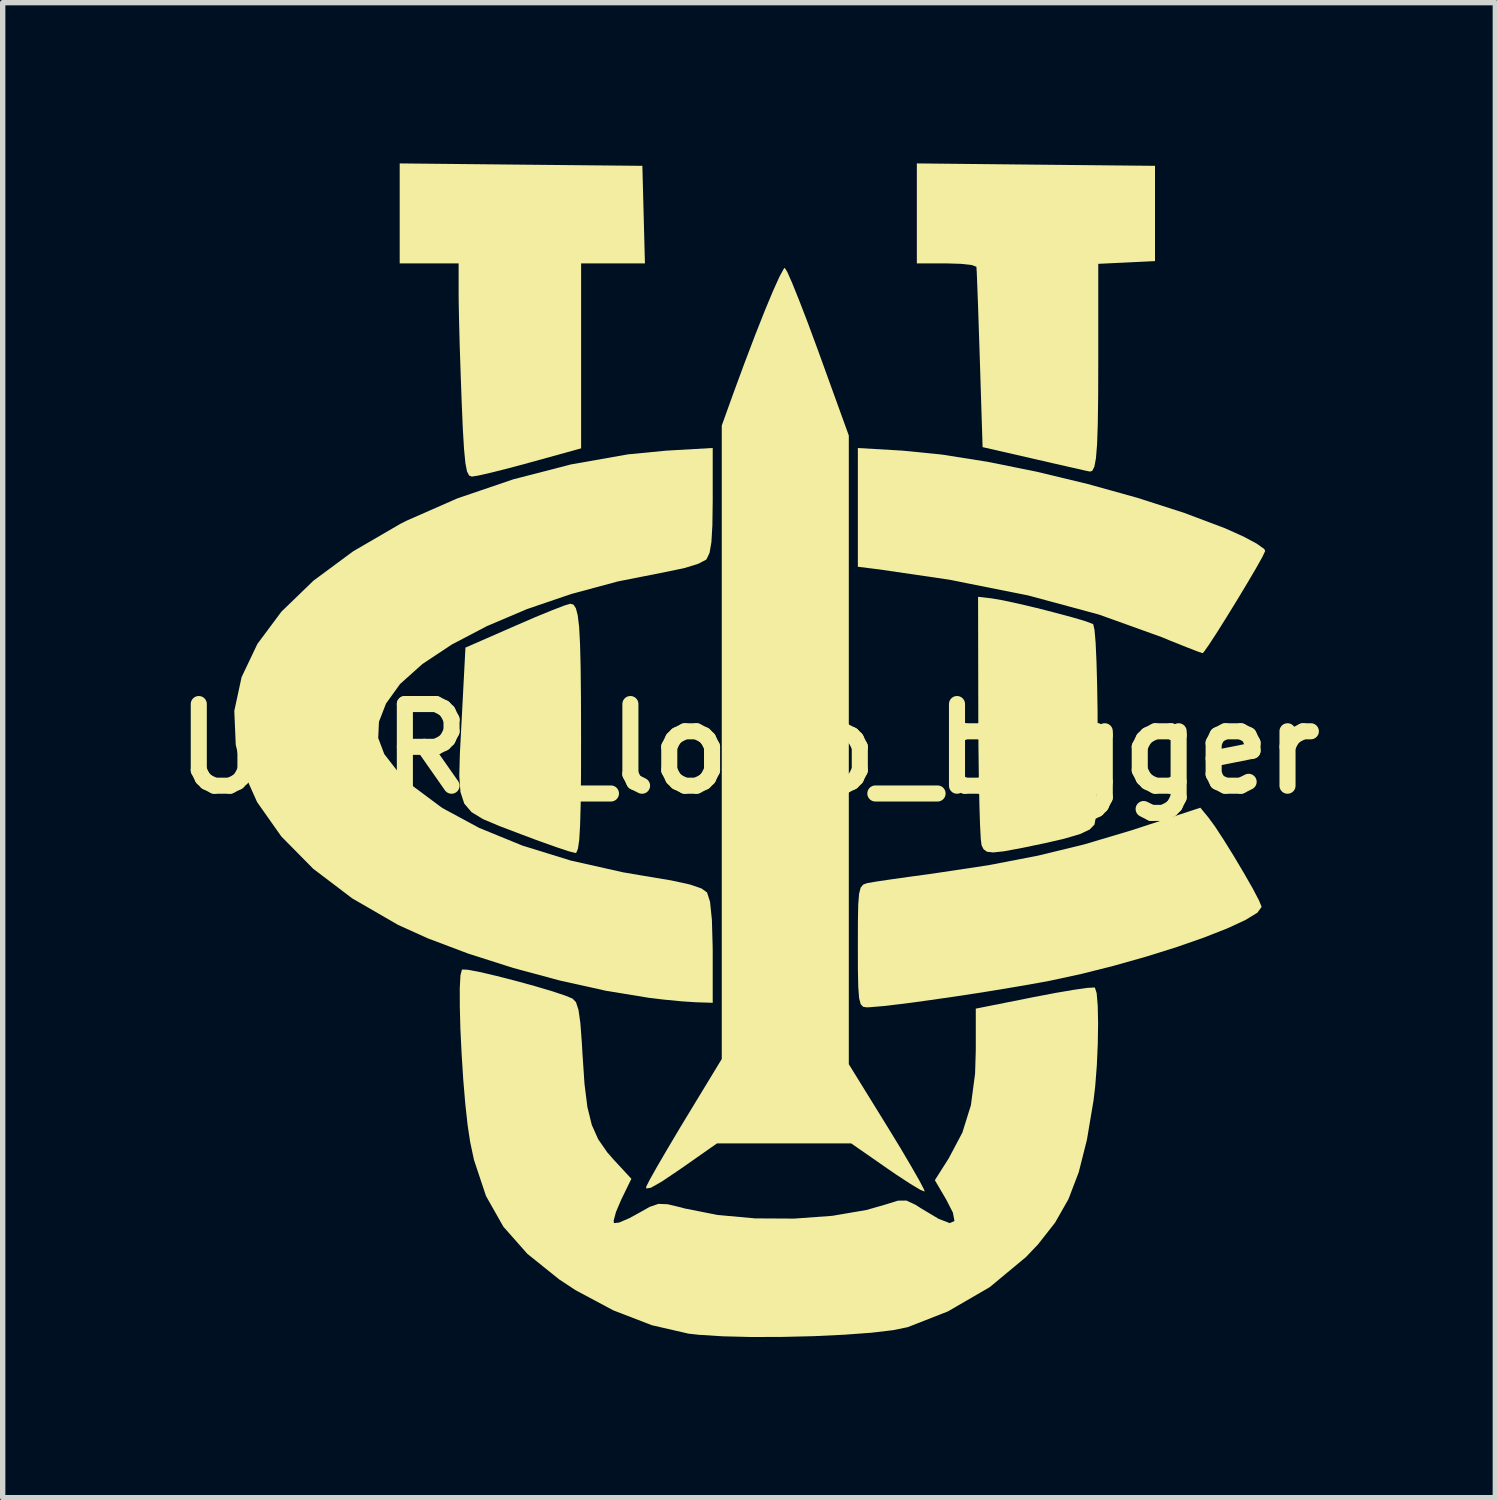
<source format=kicad_pcb>
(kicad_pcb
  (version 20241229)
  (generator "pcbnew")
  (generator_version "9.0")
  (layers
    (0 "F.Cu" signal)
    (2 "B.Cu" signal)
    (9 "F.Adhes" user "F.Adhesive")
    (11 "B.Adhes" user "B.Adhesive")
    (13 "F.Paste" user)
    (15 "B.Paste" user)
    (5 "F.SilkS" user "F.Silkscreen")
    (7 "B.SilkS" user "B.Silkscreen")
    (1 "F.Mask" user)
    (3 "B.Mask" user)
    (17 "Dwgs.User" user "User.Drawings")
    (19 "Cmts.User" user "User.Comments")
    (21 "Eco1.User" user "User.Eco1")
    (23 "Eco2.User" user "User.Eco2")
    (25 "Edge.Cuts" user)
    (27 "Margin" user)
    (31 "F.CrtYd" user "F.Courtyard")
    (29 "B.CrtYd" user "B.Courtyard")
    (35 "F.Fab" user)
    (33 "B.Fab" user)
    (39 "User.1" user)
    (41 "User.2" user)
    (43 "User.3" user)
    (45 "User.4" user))
  (footprint "UCIRP_logo_bigger"
    (layer "F.Cu")
    (at 10.929 10.925)
    (property "Reference" "UCIRP_logo_bigger" (at 0 0 0) (layer "F.SilkS") (effects (font (size 1.524 1.524) (thickness 0.3))))
    (attr board_only exclude_from_pos_files exclude_from_bom)
    (fp_poly (pts (xy -4.255 -10.902) (xy -1.99 -10.88) (xy -1.966 -9.97) (xy -1.942 -9.059) (xy -3.133 -9.059) (xy -3.133 -5.607) (xy -4.085 -5.344) (xy -4.474 -5.239) (xy -4.811 -5.154) (xy -5.058 -5.098) (xy -5.173 -5.08) (xy -5.224 -5.1) (xy -5.263 -5.177) (xy -5.293 -5.333) (xy -5.318 -5.59) (xy -5.341 -5.971) (xy -5.363 -6.491) (xy -5.382 -7.015) (xy -5.399 -7.53) (xy -5.411 -7.989) (xy -5.418 -8.348) (xy -5.419 -8.48) (xy -5.419 -9.059) (xy -6.519 -9.059) (xy -6.519 -10.925)) (stroke (width 0) (type solid)) (fill yes) (layer "F.SilkS"))
    (fp_poly (pts (xy 5.355 -10.902) (xy 7.578 -10.88) (xy 7.578 -9.102) (xy 7.048 -9.076) (xy 6.519 -9.051) (xy 6.519 -7.242) (xy 6.517 -6.576) (xy 6.51 -6.063) (xy 6.497 -5.685) (xy 6.476 -5.424) (xy 6.446 -5.263) (xy 6.406 -5.186) (xy 6.362 -5.174) (xy 6.263 -5.195) (xy 6.033 -5.247) (xy 5.707 -5.321) (xy 5.334 -5.407) (xy 4.36 -5.63) (xy 4.308 -7.281) (xy 4.291 -7.794) (xy 4.276 -8.249) (xy 4.262 -8.618) (xy 4.252 -8.875) (xy 4.245 -8.993) (xy 4.245 -8.996) (xy 4.161 -9.028) (xy 3.954 -9.051) (xy 3.683 -9.059) (xy 3.133 -9.059) (xy 3.133 -10.925)) (stroke (width 0) (type solid)) (fill yes) (layer "F.SilkS"))
    (fp_poly (pts (xy 2.857 -5.565) (xy 3.6 -5.491) (xy 4.453 -5.356) (xy 5.374 -5.17) (xy 6.32 -4.942) (xy 7.248 -4.684) (xy 8.116 -4.405) (xy 8.881 -4.117) (xy 8.915 -4.102) (xy 9.233 -3.959) (xy 9.477 -3.828) (xy 9.616 -3.729) (xy 9.635 -3.693) (xy 9.582 -3.581) (xy 9.463 -3.368) (xy 9.297 -3.086) (xy 9.106 -2.769) (xy 8.909 -2.449) (xy 8.727 -2.159) (xy 8.579 -1.933) (xy 8.487 -1.803) (xy 8.467 -1.785) (xy 8.375 -1.815) (xy 8.164 -1.897) (xy 7.871 -2.014) (xy 7.705 -2.083) (xy 6.534 -2.504) (xy 5.21 -2.862) (xy 3.736 -3.156) (xy 2.434 -3.347) (xy 2.032 -3.397) (xy 2.032 -5.613)) (stroke (width 0) (type solid)) (fill yes) (layer "F.SilkS"))
    (fp_poly (pts (xy -3.276 -2.69) (xy -3.231 -2.623) (xy -3.196 -2.489) (xy -3.17 -2.272) (xy -3.153 -1.955) (xy -3.142 -1.52) (xy -3.136 -0.95) (xy -3.134 -0.23) (xy -3.134 -0.191) (xy -3.135 0.497) (xy -3.141 1.031) (xy -3.152 1.427) (xy -3.168 1.7) (xy -3.192 1.865) (xy -3.222 1.938) (xy -3.239 1.945) (xy -3.357 1.915) (xy -3.596 1.836) (xy -3.92 1.721) (xy -4.233 1.604) (xy -4.654 1.444) (xy -4.964 1.313) (xy -5.179 1.182) (xy -5.314 1.023) (xy -5.385 0.807) (xy -5.407 0.507) (xy -5.396 0.095) (xy -5.367 -0.458) (xy -5.366 -0.47) (xy -5.292 -1.888) (xy -4.36 -2.296) (xy -3.99 -2.456) (xy -3.673 -2.586) (xy -3.442 -2.675) (xy -3.333 -2.707)) (stroke (width 0) (type solid)) (fill yes) (layer "F.SilkS"))
    (fp_poly (pts (xy 4.53 -2.807) (xy 4.731 -2.772) (xy 5.024 -2.709) (xy 5.368 -2.628) (xy 5.72 -2.538) (xy 6.04 -2.452) (xy 6.286 -2.379) (xy 6.416 -2.33) (xy 6.425 -2.324) (xy 6.449 -2.218) (xy 6.47 -1.974) (xy 6.486 -1.621) (xy 6.498 -1.191) (xy 6.506 -0.714) (xy 6.508 -0.221) (xy 6.506 0.258) (xy 6.499 0.692) (xy 6.487 1.05) (xy 6.469 1.303) (xy 6.448 1.415) (xy 6.359 1.507) (xy 6.181 1.591) (xy 5.887 1.678) (xy 5.504 1.766) (xy 5.061 1.858) (xy 4.755 1.914) (xy 4.558 1.935) (xy 4.442 1.922) (xy 4.378 1.875) (xy 4.341 1.801) (xy 4.326 1.679) (xy 4.312 1.413) (xy 4.3 1.025) (xy 4.29 0.539) (xy 4.283 -0.02) (xy 4.28 -0.591) (xy 4.276 -2.836)) (stroke (width 0) (type solid)) (fill yes) (layer "F.SilkS"))
    (fp_poly (pts (xy 0.715 -8.899) (xy 0.808 -8.688) (xy 0.938 -8.365) (xy 1.096 -7.955) (xy 1.271 -7.482) (xy 1.297 -7.411) (xy 1.863 -5.847) (xy 1.863 5.887) (xy 2.587 7.059) (xy 2.828 7.454) (xy 3.03 7.797) (xy 3.181 8.061) (xy 3.266 8.224) (xy 3.279 8.264) (xy 3.2 8.233) (xy 3.016 8.123) (xy 2.756 7.953) (xy 2.578 7.831) (xy 1.909 7.366) (xy -0.598 7.366) (xy -1.289 7.85) (xy -1.623 8.075) (xy -1.831 8.193) (xy -1.919 8.207) (xy -1.917 8.171) (xy -1.852 8.043) (xy -1.716 7.801) (xy -1.526 7.475) (xy -1.299 7.093) (xy -1.181 6.898) (xy -0.508 5.79) (xy -0.508 -6.033) (xy -0.291 -6.636) (xy -0.084 -7.197) (xy 0.114 -7.718) (xy 0.295 -8.176) (xy 0.451 -8.55) (xy 0.573 -8.819) (xy 0.65 -8.959) (xy 0.668 -8.975)) (stroke (width 0) (type solid)) (fill yes) (layer "F.SilkS"))
    (fp_poly (pts (xy 8.572 1.279) (xy 8.696 1.448) (xy 8.862 1.702) (xy 9.05 2.005) (xy 9.236 2.318) (xy 9.4 2.604) (xy 9.517 2.827) (xy 9.567 2.948) (xy 9.567 2.952) (xy 9.489 3.059) (xy 9.267 3.195) (xy 8.926 3.353) (xy 8.487 3.525) (xy 7.974 3.704) (xy 7.408 3.881) (xy 6.813 4.049) (xy 6.21 4.201) (xy 5.623 4.328) (xy 5.476 4.356) (xy 4.981 4.443) (xy 4.442 4.532) (xy 3.893 4.617) (xy 3.365 4.693) (xy 2.894 4.757) (xy 2.512 4.802) (xy 2.252 4.824) (xy 2.197 4.826) (xy 2.131 4.816) (xy 2.085 4.768) (xy 2.056 4.657) (xy 2.04 4.455) (xy 2.033 4.135) (xy 2.032 3.685) (xy 2.033 3.226) (xy 2.039 2.909) (xy 2.055 2.706) (xy 2.085 2.59) (xy 2.133 2.534) (xy 2.204 2.508) (xy 2.223 2.505) (xy 2.379 2.478) (xy 2.663 2.436) (xy 3.032 2.384) (xy 3.429 2.33) (xy 4.465 2.174) (xy 5.389 1.996) (xy 6.26 1.784) (xy 7.136 1.523) (xy 7.281 1.476) (xy 8.424 1.1)) (stroke (width 0) (type solid)) (fill yes) (layer "F.SilkS"))
    (fp_poly (pts (xy -0.677 -4.633) (xy -0.683 -4.175) (xy -0.701 -3.858) (xy -0.736 -3.656) (xy -0.79 -3.542) (xy -0.802 -3.528) (xy -0.945 -3.453) (xy -1.201 -3.374) (xy -1.519 -3.307) (xy -1.543 -3.302) (xy -2.448 -3.123) (xy -3.32 -2.888) (xy -4.141 -2.608) (xy -4.89 -2.29) (xy -5.548 -1.945) (xy -6.095 -1.582) (xy -6.512 -1.209) (xy -6.775 -0.843) (xy -6.906 -0.504) (xy -6.92 -0.2) (xy -6.807 0.099) (xy -6.558 0.42) (xy -6.27 0.699) (xy -5.725 1.105) (xy -5.036 1.477) (xy -4.227 1.808) (xy -3.324 2.087) (xy -2.35 2.306) (xy -1.949 2.374) (xy -1.452 2.457) (xy -1.104 2.533) (xy -0.887 2.607) (xy -0.783 2.681) (xy -0.727 2.856) (xy -0.692 3.196) (xy -0.678 3.697) (xy -0.677 3.784) (xy -0.677 4.741) (xy -0.995 4.731) (xy -1.253 4.714) (xy -1.594 4.681) (xy -1.863 4.649) (xy -2.663 4.518) (xy -3.524 4.327) (xy -4.398 4.092) (xy -5.237 3.824) (xy -5.995 3.538) (xy -6.55 3.287) (xy -7.404 2.793) (xy -8.133 2.24) (xy -8.728 1.637) (xy -9.18 0.996) (xy -9.479 0.328) (xy -9.579 -0.073) (xy -9.606 -0.707) (xy -9.47 -1.337) (xy -9.175 -1.957) (xy -8.726 -2.56) (xy -8.128 -3.138) (xy -7.387 -3.686) (xy -6.508 -4.197) (xy -6.386 -4.259) (xy -5.441 -4.674) (xy -4.399 -5.029) (xy -3.318 -5.308) (xy -2.258 -5.495) (xy -1.545 -5.564) (xy -0.677 -5.614)) (stroke (width 0) (type solid)) (fill yes) (layer "F.SilkS"))
    (fp_poly (pts (xy -5.251 4.124) (xy -5.023 4.167) (xy -4.712 4.24) (xy -4.356 4.331) (xy -3.995 4.43) (xy -3.668 4.527) (xy -3.415 4.612) (xy -3.293 4.663) (xy -3.229 4.73) (xy -3.182 4.873) (xy -3.147 5.119) (xy -3.119 5.496) (xy -3.108 5.69) (xy -3.07 6.256) (xy -3.016 6.687) (xy -2.934 7.02) (xy -2.814 7.289) (xy -2.647 7.53) (xy -2.531 7.663) (xy -2.195 8.026) (xy -2.384 8.414) (xy -2.482 8.644) (xy -2.526 8.808) (xy -2.52 8.853) (xy -2.425 8.843) (xy -2.235 8.762) (xy -2.077 8.676) (xy -1.853 8.55) (xy -1.69 8.494) (xy -1.518 8.501) (xy -1.266 8.561) (xy -1.203 8.579) (xy -0.587 8.701) (xy 0.113 8.765) (xy 0.845 8.769) (xy 1.556 8.717) (xy 2.193 8.608) (xy 2.546 8.507) (xy 2.78 8.434) (xy 2.938 8.432) (xy 3.104 8.509) (xy 3.211 8.577) (xy 3.539 8.773) (xy 3.747 8.853) (xy 3.835 8.814) (xy 3.806 8.657) (xy 3.682 8.415) (xy 3.469 8.052) (xy 3.727 7.646) (xy 3.982 7.165) (xy 4.142 6.653) (xy 4.22 6.062) (xy 4.233 5.627) (xy 4.233 4.85) (xy 5.313 4.635) (xy 5.721 4.557) (xy 6.069 4.498) (xy 6.323 4.462) (xy 6.449 4.456) (xy 6.456 4.458) (xy 6.489 4.561) (xy 6.509 4.795) (xy 6.516 5.124) (xy 6.51 5.508) (xy 6.492 5.912) (xy 6.462 6.298) (xy 6.431 6.562) (xy 6.307 7.299) (xy 6.155 7.902) (xy 5.963 8.405) (xy 5.714 8.843) (xy 5.395 9.25) (xy 5.17 9.486) (xy 4.495 10.047) (xy 3.713 10.501) (xy 2.963 10.795) (xy 2.69 10.851) (xy 2.284 10.899) (xy 1.78 10.936) (xy 1.215 10.963) (xy 0.626 10.977) (xy 0.047 10.979) (xy -0.484 10.966) (xy -0.933 10.938) (xy -1.129 10.916) (xy -1.812 10.759) (xy -2.533 10.481) (xy -3.238 10.104) (xy -3.542 9.904) (xy -4.136 9.427) (xy -4.584 8.92) (xy -4.908 8.348) (xy -5.132 7.676) (xy -5.203 7.344) (xy -5.251 7.027) (xy -5.295 6.626) (xy -5.333 6.174) (xy -5.363 5.7) (xy -5.386 5.237) (xy -5.397 4.817) (xy -5.398 4.469) (xy -5.385 4.227) (xy -5.357 4.121) (xy -5.356 4.12)) (stroke (width 0) (type solid)) (fill yes) (layer "F.SilkS")))
  (gr_rect
    (start -3 -3)
    (end 24.859 24.903)
    (stroke (width 0.1) (type default))
    (fill no)
    (layer "Edge.Cuts")))
</source>
